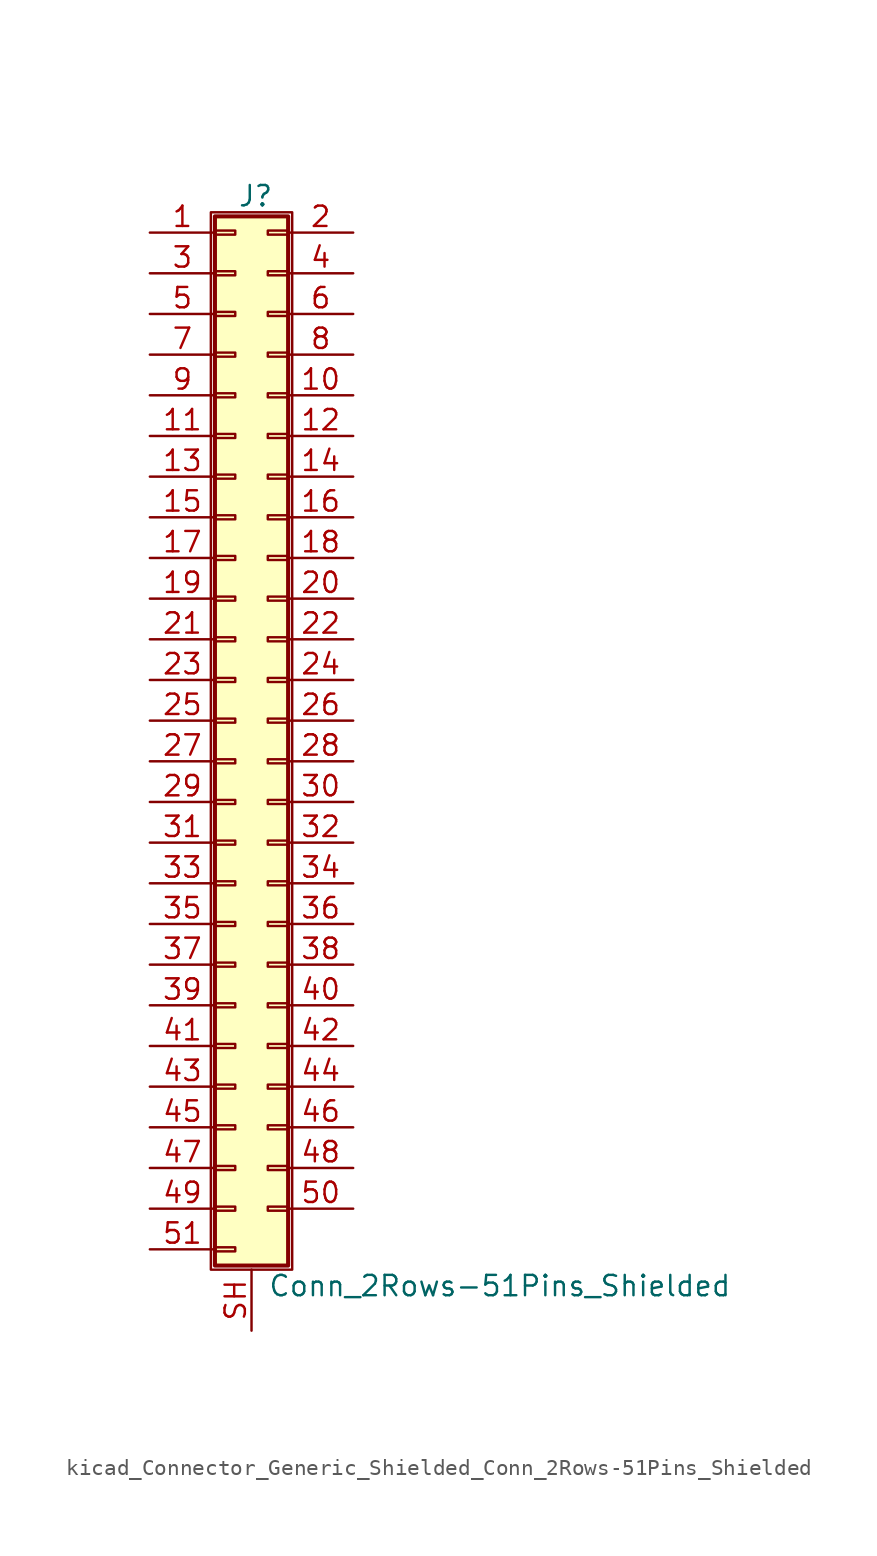
<source format=kicad_sym>
(kicad_symbol_lib
  (version 20220914)
  (generator kicad_symbol_editor)
  (symbol "kicad_Connector_Generic_Shielded_Conn_2Rows-51Pins_Shielded"
    (pin_names
      (offset 1.016) hide)
    (property "Reference" "J"
      (at 1.524 32.766 0)
      (effects (font (size 1.27 1.27))))
    (property "Value" "Conn_2Rows-51Pins_Shielded"
      (at 2.286 -35.306 0)
      (effects (font (size 1.27 1.27)) (justify left)))
    (symbol "kicad_Connector_Generic_Shielded_Conn_2Rows-51Pins_Shielded_1_1"
      (rectangle (start -1.27 31.75) (end 3.81 -34.29) (stroke (width 0.152) (type default)) (fill (type none)))
      (rectangle (start -1.016 -32.893) (end 0.254 -33.147) (stroke (width 0.152) (type default)) (fill (type none)))
      (rectangle (start -1.016 -30.353) (end 0.254 -30.607) (stroke (width 0.152) (type default)) (fill (type none)))
      (rectangle (start -1.016 -27.813) (end 0.254 -28.067) (stroke (width 0.152) (type default)) (fill (type none)))
      (rectangle (start -1.016 -25.273) (end 0.254 -25.527) (stroke (width 0.152) (type default)) (fill (type none)))
      (rectangle (start -1.016 -22.733) (end 0.254 -22.987) (stroke (width 0.152) (type default)) (fill (type none)))
      (rectangle (start -1.016 -20.193) (end 0.254 -20.447) (stroke (width 0.152) (type default)) (fill (type none)))
      (rectangle (start -1.016 -17.653) (end 0.254 -17.907) (stroke (width 0.152) (type default)) (fill (type none)))
      (rectangle (start -1.016 -15.113) (end 0.254 -15.367) (stroke (width 0.152) (type default)) (fill (type none)))
      (rectangle (start -1.016 -12.573) (end 0.254 -12.827) (stroke (width 0.152) (type default)) (fill (type none)))
      (rectangle (start -1.016 -10.033) (end 0.254 -10.287) (stroke (width 0.152) (type default)) (fill (type none)))
      (rectangle (start -1.016 -7.493) (end 0.254 -7.747) (stroke (width 0.152) (type default)) (fill (type none)))
      (rectangle (start -1.016 -4.953) (end 0.254 -5.207) (stroke (width 0.152) (type default)) (fill (type none)))
      (rectangle (start -1.016 -2.413) (end 0.254 -2.667) (stroke (width 0.152) (type default)) (fill (type none)))
      (rectangle (start -1.016 0.127) (end 0.254 -0.127) (stroke (width 0.152) (type default)) (fill (type none)))
      (rectangle (start -1.016 2.667) (end 0.254 2.413) (stroke (width 0.152) (type default)) (fill (type none)))
      (rectangle (start -1.016 5.207) (end 0.254 4.953) (stroke (width 0.152) (type default)) (fill (type none)))
      (rectangle (start -1.016 7.747) (end 0.254 7.493) (stroke (width 0.152) (type default)) (fill (type none)))
      (rectangle (start -1.016 10.287) (end 0.254 10.033) (stroke (width 0.152) (type default)) (fill (type none)))
      (rectangle (start -1.016 12.827) (end 0.254 12.573) (stroke (width 0.152) (type default)) (fill (type none)))
      (rectangle (start -1.016 15.367) (end 0.254 15.113) (stroke (width 0.152) (type default)) (fill (type none)))
      (rectangle (start -1.016 17.907) (end 0.254 17.653) (stroke (width 0.152) (type default)) (fill (type none)))
      (rectangle (start -1.016 20.447) (end 0.254 20.193) (stroke (width 0.152) (type default)) (fill (type none)))
      (rectangle (start -1.016 22.987) (end 0.254 22.733) (stroke (width 0.152) (type default)) (fill (type none)))
      (rectangle (start -1.016 25.527) (end 0.254 25.273) (stroke (width 0.152) (type default)) (fill (type none)))
      (rectangle (start -1.016 28.067) (end 0.254 27.813) (stroke (width 0.152) (type default)) (fill (type none)))
      (rectangle (start -1.016 30.607) (end 0.254 30.353) (stroke (width 0.152) (type default)) (fill (type none)))
      (rectangle (start -1.016 31.496) (end 3.556 -34.036) (stroke (width 0.254) (type default)) (fill (type background)))
      (rectangle (start 3.556 -30.353) (end 2.286 -30.607) (stroke (width 0.152) (type default)) (fill (type none)))
      (rectangle (start 3.556 -27.813) (end 2.286 -28.067) (stroke (width 0.152) (type default)) (fill (type none)))
      (rectangle (start 3.556 -25.273) (end 2.286 -25.527) (stroke (width 0.152) (type default)) (fill (type none)))
      (rectangle (start 3.556 -22.733) (end 2.286 -22.987) (stroke (width 0.152) (type default)) (fill (type none)))
      (rectangle (start 3.556 -20.193) (end 2.286 -20.447) (stroke (width 0.152) (type default)) (fill (type none)))
      (rectangle (start 3.556 -17.653) (end 2.286 -17.907) (stroke (width 0.152) (type default)) (fill (type none)))
      (rectangle (start 3.556 -15.113) (end 2.286 -15.367) (stroke (width 0.152) (type default)) (fill (type none)))
      (rectangle (start 3.556 -12.573) (end 2.286 -12.827) (stroke (width 0.152) (type default)) (fill (type none)))
      (rectangle (start 3.556 -10.033) (end 2.286 -10.287) (stroke (width 0.152) (type default)) (fill (type none)))
      (rectangle (start 3.556 -7.493) (end 2.286 -7.747) (stroke (width 0.152) (type default)) (fill (type none)))
      (rectangle (start 3.556 -4.953) (end 2.286 -5.207) (stroke (width 0.152) (type default)) (fill (type none)))
      (rectangle (start 3.556 -2.413) (end 2.286 -2.667) (stroke (width 0.152) (type default)) (fill (type none)))
      (rectangle (start 3.556 0.127) (end 2.286 -0.127) (stroke (width 0.152) (type default)) (fill (type none)))
      (rectangle (start 3.556 2.667) (end 2.286 2.413) (stroke (width 0.152) (type default)) (fill (type none)))
      (rectangle (start 3.556 5.207) (end 2.286 4.953) (stroke (width 0.152) (type default)) (fill (type none)))
      (rectangle (start 3.556 7.747) (end 2.286 7.493) (stroke (width 0.152) (type default)) (fill (type none)))
      (rectangle (start 3.556 10.287) (end 2.286 10.033) (stroke (width 0.152) (type default)) (fill (type none)))
      (rectangle (start 3.556 12.827) (end 2.286 12.573) (stroke (width 0.152) (type default)) (fill (type none)))
      (rectangle (start 3.556 15.367) (end 2.286 15.113) (stroke (width 0.152) (type default)) (fill (type none)))
      (rectangle (start 3.556 17.907) (end 2.286 17.653) (stroke (width 0.152) (type default)) (fill (type none)))
      (rectangle (start 3.556 20.447) (end 2.286 20.193) (stroke (width 0.152) (type default)) (fill (type none)))
      (rectangle (start 3.556 22.987) (end 2.286 22.733) (stroke (width 0.152) (type default)) (fill (type none)))
      (rectangle (start 3.556 25.527) (end 2.286 25.273) (stroke (width 0.152) (type default)) (fill (type none)))
      (rectangle (start 3.556 28.067) (end 2.286 27.813) (stroke (width 0.152) (type default)) (fill (type none)))
      (rectangle (start 3.556 30.607) (end 2.286 30.353) (stroke (width 0.152) (type default)) (fill (type none)))
      (pin passive line (at -5.08 30.48 0) (length 4.064) (name "Pin_1" (effects (font (size 1.27 1.27)))) (number "1" (effects (font (size 1.27 1.27)))))
      (pin passive line (at 7.62 20.32 180) (length 4.064) (name "Pin_10" (effects (font (size 1.27 1.27)))) (number "10" (effects (font (size 1.27 1.27)))))
      (pin passive line (at -5.08 17.78 0) (length 4.064) (name "Pin_11" (effects (font (size 1.27 1.27)))) (number "11" (effects (font (size 1.27 1.27)))))
      (pin passive line (at 7.62 17.78 180) (length 4.064) (name "Pin_12" (effects (font (size 1.27 1.27)))) (number "12" (effects (font (size 1.27 1.27)))))
      (pin passive line (at -5.08 15.24 0) (length 4.064) (name "Pin_13" (effects (font (size 1.27 1.27)))) (number "13" (effects (font (size 1.27 1.27)))))
      (pin passive line (at 7.62 15.24 180) (length 4.064) (name "Pin_14" (effects (font (size 1.27 1.27)))) (number "14" (effects (font (size 1.27 1.27)))))
      (pin passive line (at -5.08 12.7 0) (length 4.064) (name "Pin_15" (effects (font (size 1.27 1.27)))) (number "15" (effects (font (size 1.27 1.27)))))
      (pin passive line (at 7.62 12.7 180) (length 4.064) (name "Pin_16" (effects (font (size 1.27 1.27)))) (number "16" (effects (font (size 1.27 1.27)))))
      (pin passive line (at -5.08 10.16 0) (length 4.064) (name "Pin_17" (effects (font (size 1.27 1.27)))) (number "17" (effects (font (size 1.27 1.27)))))
      (pin passive line (at 7.62 10.16 180) (length 4.064) (name "Pin_18" (effects (font (size 1.27 1.27)))) (number "18" (effects (font (size 1.27 1.27)))))
      (pin passive line (at -5.08 7.62 0) (length 4.064) (name "Pin_19" (effects (font (size 1.27 1.27)))) (number "19" (effects (font (size 1.27 1.27)))))
      (pin passive line (at 7.62 30.48 180) (length 4.064) (name "Pin_2" (effects (font (size 1.27 1.27)))) (number "2" (effects (font (size 1.27 1.27)))))
      (pin passive line (at 7.62 7.62 180) (length 4.064) (name "Pin_20" (effects (font (size 1.27 1.27)))) (number "20" (effects (font (size 1.27 1.27)))))
      (pin passive line (at -5.08 5.08 0) (length 4.064) (name "Pin_21" (effects (font (size 1.27 1.27)))) (number "21" (effects (font (size 1.27 1.27)))))
      (pin passive line (at 7.62 5.08 180) (length 4.064) (name "Pin_22" (effects (font (size 1.27 1.27)))) (number "22" (effects (font (size 1.27 1.27)))))
      (pin passive line (at -5.08 2.54 0) (length 4.064) (name "Pin_23" (effects (font (size 1.27 1.27)))) (number "23" (effects (font (size 1.27 1.27)))))
      (pin passive line (at 7.62 2.54 180) (length 4.064) (name "Pin_24" (effects (font (size 1.27 1.27)))) (number "24" (effects (font (size 1.27 1.27)))))
      (pin passive line (at -5.08 0 0) (length 4.064) (name "Pin_25" (effects (font (size 1.27 1.27)))) (number "25" (effects (font (size 1.27 1.27)))))
      (pin passive line (at 7.62 0 180) (length 4.064) (name "Pin_26" (effects (font (size 1.27 1.27)))) (number "26" (effects (font (size 1.27 1.27)))))
      (pin passive line (at -5.08 -2.54 0) (length 4.064) (name "Pin_27" (effects (font (size 1.27 1.27)))) (number "27" (effects (font (size 1.27 1.27)))))
      (pin passive line (at 7.62 -2.54 180) (length 4.064) (name "Pin_28" (effects (font (size 1.27 1.27)))) (number "28" (effects (font (size 1.27 1.27)))))
      (pin passive line (at -5.08 -5.08 0) (length 4.064) (name "Pin_29" (effects (font (size 1.27 1.27)))) (number "29" (effects (font (size 1.27 1.27)))))
      (pin passive line (at -5.08 27.94 0) (length 4.064) (name "Pin_3" (effects (font (size 1.27 1.27)))) (number "3" (effects (font (size 1.27 1.27)))))
      (pin passive line (at 7.62 -5.08 180) (length 4.064) (name "Pin_30" (effects (font (size 1.27 1.27)))) (number "30" (effects (font (size 1.27 1.27)))))
      (pin passive line (at -5.08 -7.62 0) (length 4.064) (name "Pin_31" (effects (font (size 1.27 1.27)))) (number "31" (effects (font (size 1.27 1.27)))))
      (pin passive line (at 7.62 -7.62 180) (length 4.064) (name "Pin_32" (effects (font (size 1.27 1.27)))) (number "32" (effects (font (size 1.27 1.27)))))
      (pin passive line (at -5.08 -10.16 0) (length 4.064) (name "Pin_33" (effects (font (size 1.27 1.27)))) (number "33" (effects (font (size 1.27 1.27)))))
      (pin passive line (at 7.62 -10.16 180) (length 4.064) (name "Pin_34" (effects (font (size 1.27 1.27)))) (number "34" (effects (font (size 1.27 1.27)))))
      (pin passive line (at -5.08 -12.7 0) (length 4.064) (name "Pin_35" (effects (font (size 1.27 1.27)))) (number "35" (effects (font (size 1.27 1.27)))))
      (pin passive line (at 7.62 -12.7 180) (length 4.064) (name "Pin_36" (effects (font (size 1.27 1.27)))) (number "36" (effects (font (size 1.27 1.27)))))
      (pin passive line (at -5.08 -15.24 0) (length 4.064) (name "Pin_37" (effects (font (size 1.27 1.27)))) (number "37" (effects (font (size 1.27 1.27)))))
      (pin passive line (at 7.62 -15.24 180) (length 4.064) (name "Pin_38" (effects (font (size 1.27 1.27)))) (number "38" (effects (font (size 1.27 1.27)))))
      (pin passive line (at -5.08 -17.78 0) (length 4.064) (name "Pin_39" (effects (font (size 1.27 1.27)))) (number "39" (effects (font (size 1.27 1.27)))))
      (pin passive line (at 7.62 27.94 180) (length 4.064) (name "Pin_4" (effects (font (size 1.27 1.27)))) (number "4" (effects (font (size 1.27 1.27)))))
      (pin passive line (at 7.62 -17.78 180) (length 4.064) (name "Pin_40" (effects (font (size 1.27 1.27)))) (number "40" (effects (font (size 1.27 1.27)))))
      (pin passive line (at -5.08 -20.32 0) (length 4.064) (name "Pin_41" (effects (font (size 1.27 1.27)))) (number "41" (effects (font (size 1.27 1.27)))))
      (pin passive line (at 7.62 -20.32 180) (length 4.064) (name "Pin_42" (effects (font (size 1.27 1.27)))) (number "42" (effects (font (size 1.27 1.27)))))
      (pin passive line (at -5.08 -22.86 0) (length 4.064) (name "Pin_43" (effects (font (size 1.27 1.27)))) (number "43" (effects (font (size 1.27 1.27)))))
      (pin passive line (at 7.62 -22.86 180) (length 4.064) (name "Pin_44" (effects (font (size 1.27 1.27)))) (number "44" (effects (font (size 1.27 1.27)))))
      (pin passive line (at -5.08 -25.4 0) (length 4.064) (name "Pin_45" (effects (font (size 1.27 1.27)))) (number "45" (effects (font (size 1.27 1.27)))))
      (pin passive line (at 7.62 -25.4 180) (length 4.064) (name "Pin_46" (effects (font (size 1.27 1.27)))) (number "46" (effects (font (size 1.27 1.27)))))
      (pin passive line (at -5.08 -27.94 0) (length 4.064) (name "Pin_47" (effects (font (size 1.27 1.27)))) (number "47" (effects (font (size 1.27 1.27)))))
      (pin passive line (at 7.62 -27.94 180) (length 4.064) (name "Pin_48" (effects (font (size 1.27 1.27)))) (number "48" (effects (font (size 1.27 1.27)))))
      (pin passive line (at -5.08 -30.48 0) (length 4.064) (name "Pin_49" (effects (font (size 1.27 1.27)))) (number "49" (effects (font (size 1.27 1.27)))))
      (pin passive line (at -5.08 25.4 0) (length 4.064) (name "Pin_5" (effects (font (size 1.27 1.27)))) (number "5" (effects (font (size 1.27 1.27)))))
      (pin passive line (at 7.62 -30.48 180) (length 4.064) (name "Pin_50" (effects (font (size 1.27 1.27)))) (number "50" (effects (font (size 1.27 1.27)))))
      (pin passive line (at -5.08 -33.02 0) (length 4.064) (name "Pin_51" (effects (font (size 1.27 1.27)))) (number "51" (effects (font (size 1.27 1.27)))))
      (pin passive line (at 7.62 25.4 180) (length 4.064) (name "Pin_6" (effects (font (size 1.27 1.27)))) (number "6" (effects (font (size 1.27 1.27)))))
      (pin passive line (at -5.08 22.86 0) (length 4.064) (name "Pin_7" (effects (font (size 1.27 1.27)))) (number "7" (effects (font (size 1.27 1.27)))))
      (pin passive line (at 7.62 22.86 180) (length 4.064) (name "Pin_8" (effects (font (size 1.27 1.27)))) (number "8" (effects (font (size 1.27 1.27)))))
      (pin passive line (at -5.08 20.32 0) (length 4.064) (name "Pin_9" (effects (font (size 1.27 1.27)))) (number "9" (effects (font (size 1.27 1.27)))))
      (pin passive line (at 1.27 -38.1 90) (length 3.81) (name "Shield" (effects (font (size 1.27 1.27)))) (number "SH" (effects (font (size 1.27 1.27))))))))
</source>
